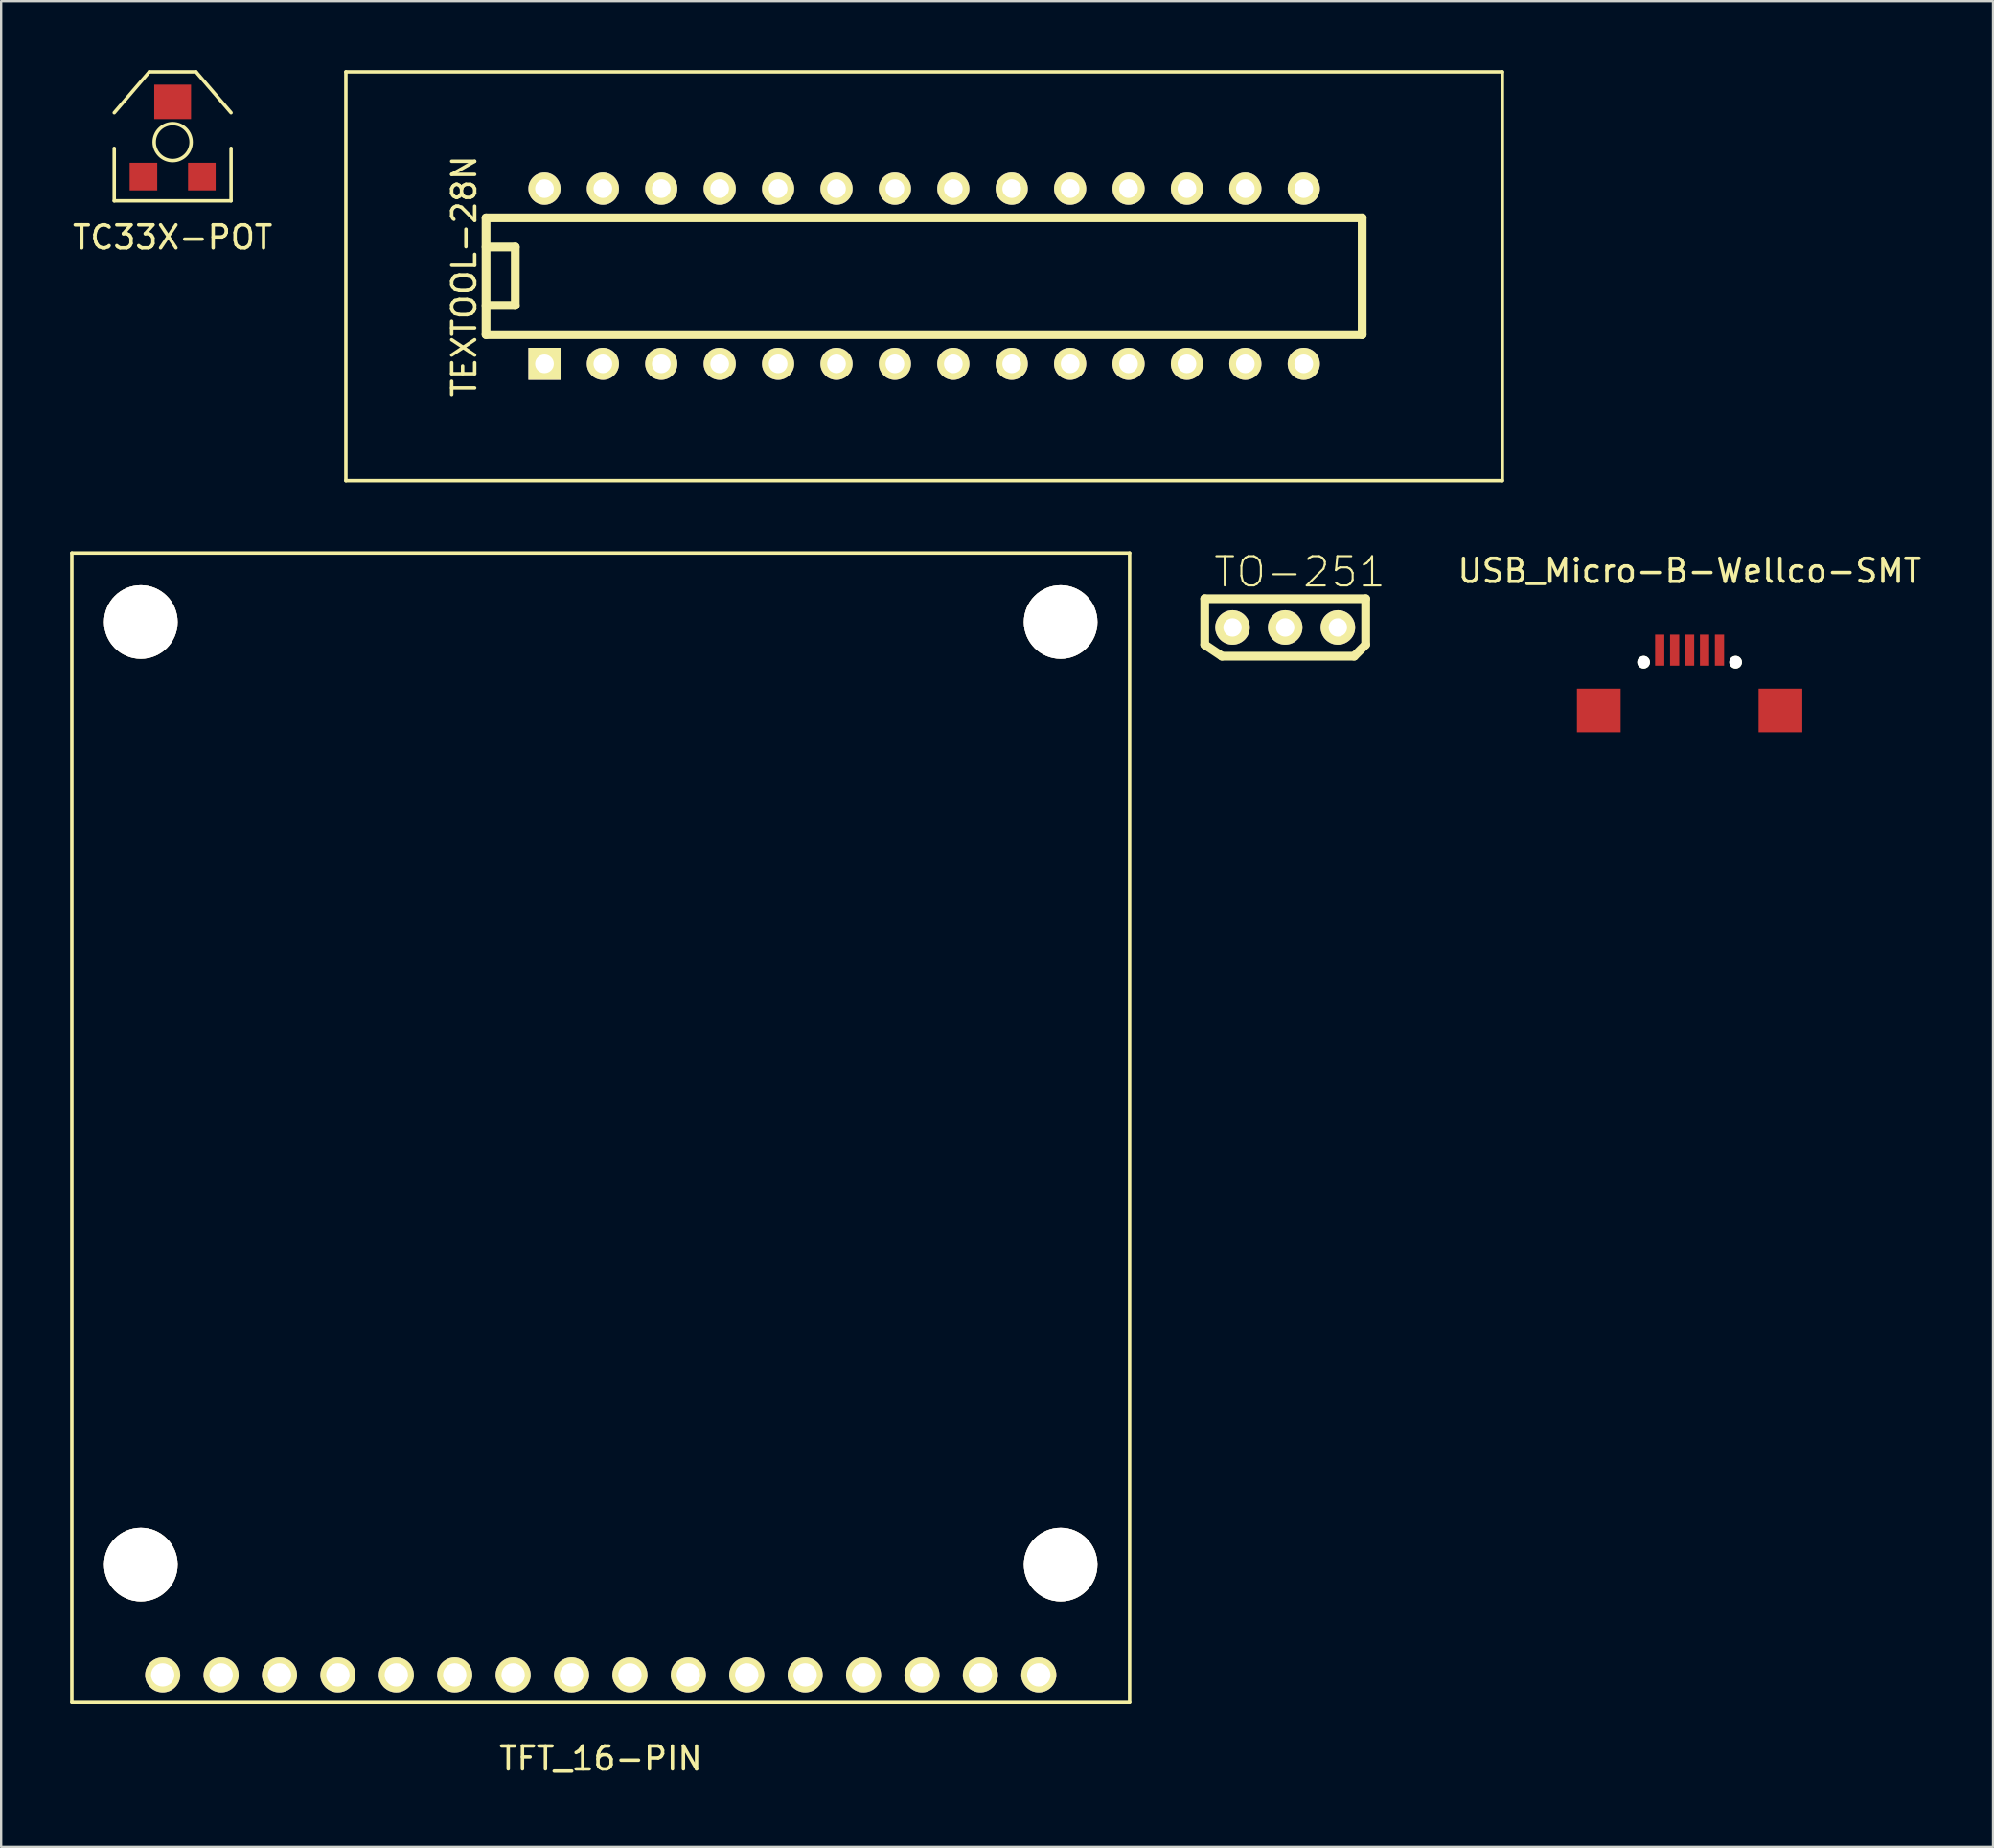
<source format=kicad_pcb>
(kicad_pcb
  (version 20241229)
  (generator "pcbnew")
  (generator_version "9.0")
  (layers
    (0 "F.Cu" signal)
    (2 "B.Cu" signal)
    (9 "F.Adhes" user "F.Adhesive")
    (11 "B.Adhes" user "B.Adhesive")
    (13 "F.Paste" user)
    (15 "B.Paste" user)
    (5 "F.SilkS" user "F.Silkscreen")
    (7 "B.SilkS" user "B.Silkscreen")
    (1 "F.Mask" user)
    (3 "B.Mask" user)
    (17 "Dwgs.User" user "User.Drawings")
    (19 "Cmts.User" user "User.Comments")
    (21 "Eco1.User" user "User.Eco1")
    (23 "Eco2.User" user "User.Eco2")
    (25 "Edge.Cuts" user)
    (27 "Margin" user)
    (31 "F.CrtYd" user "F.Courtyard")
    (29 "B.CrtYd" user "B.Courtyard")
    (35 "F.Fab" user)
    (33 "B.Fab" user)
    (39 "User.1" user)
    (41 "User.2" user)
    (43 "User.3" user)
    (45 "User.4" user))
  (footprint "USB_Micro-B-Wellco-SMT"
    (layer "F.Cu")
    (at 70.428 25.228)
    (property "Reference" "USB_Micro-B-Wellco-SMT" (at 0 -3.45 0) (layer "F.SilkS") (effects (font (size 1 1) (thickness 0.15))))
    (attr smd)
    (pad "" np_thru_hole circle (at -2 0.525 90) (size 0.55 0.55) (drill 0.55) (layers "*.Cu" "*.Mask" "F.SilkS"))
    (pad "" np_thru_hole circle (at 2 0.525 90) (size 0.55 0.55) (drill oval 0.55) (layers "*.Cu" "*.Mask" "F.SilkS"))
    (pad "1" smd rect (at -1.3 0) (size 0.4 1.35) (layers "F.Cu" "F.Mask" "F.Paste"))
    (pad "2" smd rect (at -0.65 0) (size 0.4 1.35) (layers "F.Cu" "F.Mask" "F.Paste"))
    (pad "3" smd rect (at 0 0) (size 0.4 1.35) (layers "F.Cu" "F.Mask" "F.Paste"))
    (pad "4" smd rect (at 0.65 0) (size 0.4 1.35) (layers "F.Cu" "F.Mask" "F.Paste"))
    (pad "5" smd rect (at 1.3 0) (size 0.4 1.35) (layers "F.Cu" "F.Mask" "F.Paste"))
    (pad "6" smd rect (at 3.95 2.625 90) (size 1.9 1.9) (layers "F.Cu" "F.Mask" "F.Paste"))
    (pad "7" smd rect (at -3.95 2.625 90) (size 1.9 1.9) (layers "F.Cu" "F.Mask" "F.Paste")))
  (footprint "TO-251"
    (layer "F.Cu")
    (at 52.841 24.242)
    (property "Reference" "TO-251" (at 0.635 -2.413 0) (layer "F.SilkS") (effects (font (size 1.27 1.27) (thickness 0.089))))
    (attr exclude_from_pos_files exclude_from_bom)
    (fp_line (start -3.5 -1.25) (end 3.5 -1.25) (stroke (width 0.381) (type solid)) (layer "F.SilkS"))
    (fp_line (start -3.5 0.749) (end -3.5 -1.25) (stroke (width 0.381) (type solid)) (layer "F.SilkS"))
    (fp_line (start -2.751 1.25) (end -3.5 0.749) (stroke (width 0.381) (type solid)) (layer "F.SilkS"))
    (fp_line (start 3 1.25) (end -2.751 1.25) (stroke (width 0.381) (type solid)) (layer "F.SilkS"))
    (fp_line (start 3.5 -1.25) (end 3.5 0.749) (stroke (width 0.381) (type solid)) (layer "F.SilkS"))
    (fp_line (start 3.5 0.749) (end 3 1.25) (stroke (width 0.381) (type solid)) (layer "F.SilkS"))
    (pad "D" thru_hole oval (at 0 0) (size 1.501 1.501) (drill 0.8) (layers "*.Cu" "F.Mask" "F.SilkS" "F.Paste"))
    (pad "G" thru_hole oval (at -2.291 0) (size 1.501 1.501) (drill 0.8) (layers "*.Cu" "F.Mask" "F.SilkS" "F.Paste"))
    (pad "S" thru_hole oval (at 2.291 0) (size 1.501 1.501) (drill 0.8) (layers "*.Cu" "F.Mask" "F.SilkS" "F.Paste")))
  (footprint "TEXTOOL-28N"
    (layer "F.Cu")
    (at 37.138 8.965)
    (property "Reference" "TEXTOOL-28N" (at -20 0 90) (layer "F.SilkS") (effects (font (size 1 1) (thickness 0.15))))
    (attr through_hole)
    (fp_line (start -25.146 -8.89) (end -25.146 8.89) (stroke (width 0.15) (type solid)) (layer "F.SilkS"))
    (fp_line (start -25.146 8.89) (end 25.146 8.89) (stroke (width 0.15) (type solid)) (layer "F.SilkS"))
    (fp_line (start -19.05 -2.54) (end 19.05 -2.54) (stroke (width 0.381) (type solid)) (layer "F.SilkS"))
    (fp_line (start -19.05 -1.27) (end -17.78 -1.27) (stroke (width 0.381) (type solid)) (layer "F.SilkS"))
    (fp_line (start -19.05 2.54) (end -19.05 -2.54) (stroke (width 0.381) (type solid)) (layer "F.SilkS"))
    (fp_line (start -17.78 -1.27) (end -17.78 1.27) (stroke (width 0.381) (type solid)) (layer "F.SilkS"))
    (fp_line (start -17.78 1.27) (end -19.05 1.27) (stroke (width 0.381) (type solid)) (layer "F.SilkS"))
    (fp_line (start 19.05 -2.54) (end 19.05 2.54) (stroke (width 0.381) (type solid)) (layer "F.SilkS"))
    (fp_line (start 19.05 2.54) (end -19.05 2.54) (stroke (width 0.381) (type solid)) (layer "F.SilkS"))
    (fp_line (start 25.146 -8.89) (end -25.146 -8.89) (stroke (width 0.15) (type solid)) (layer "F.SilkS"))
    (fp_line (start 25.146 -8.89) (end 25.146 8.89) (stroke (width 0.15) (type solid)) (layer "F.SilkS"))
    (pad "1" thru_hole rect (at -16.51 3.81) (size 1.397 1.397) (drill 0.813) (layers "*.Cu" "*.Mask" "F.SilkS"))
    (pad "2" thru_hole circle (at -13.97 3.81) (size 1.397 1.397) (drill 0.813) (layers "*.Cu" "*.Mask" "F.SilkS"))
    (pad "3" thru_hole circle (at -11.43 3.81) (size 1.397 1.397) (drill 0.813) (layers "*.Cu" "*.Mask" "F.SilkS"))
    (pad "4" thru_hole circle (at -8.89 3.81) (size 1.397 1.397) (drill 0.813) (layers "*.Cu" "*.Mask" "F.SilkS"))
    (pad "5" thru_hole circle (at -6.35 3.81) (size 1.397 1.397) (drill 0.813) (layers "*.Cu" "*.Mask" "F.SilkS"))
    (pad "6" thru_hole circle (at -3.81 3.81) (size 1.397 1.397) (drill 0.813) (layers "*.Cu" "*.Mask" "F.SilkS"))
    (pad "7" thru_hole circle (at -1.27 3.81) (size 1.397 1.397) (drill 0.813) (layers "*.Cu" "*.Mask" "F.SilkS"))
    (pad "8" thru_hole circle (at 1.27 3.81) (size 1.397 1.397) (drill 0.813) (layers "*.Cu" "*.Mask" "F.SilkS"))
    (pad "9" thru_hole circle (at 3.81 3.81) (size 1.397 1.397) (drill 0.813) (layers "*.Cu" "*.Mask" "F.SilkS"))
    (pad "10" thru_hole circle (at 6.35 3.81) (size 1.397 1.397) (drill 0.813) (layers "*.Cu" "*.Mask" "F.SilkS"))
    (pad "11" thru_hole circle (at 8.89 3.81) (size 1.397 1.397) (drill 0.813) (layers "*.Cu" "*.Mask" "F.SilkS"))
    (pad "12" thru_hole circle (at 11.43 3.81) (size 1.397 1.397) (drill 0.813) (layers "*.Cu" "*.Mask" "F.SilkS"))
    (pad "13" thru_hole circle (at 13.97 3.81) (size 1.397 1.397) (drill 0.813) (layers "*.Cu" "*.Mask" "F.SilkS"))
    (pad "14" thru_hole circle (at 16.51 3.81) (size 1.397 1.397) (drill 0.813) (layers "*.Cu" "*.Mask" "F.SilkS"))
    (pad "15" thru_hole circle (at 16.51 -3.81) (size 1.397 1.397) (drill 0.813) (layers "*.Cu" "*.Mask" "F.SilkS"))
    (pad "16" thru_hole circle (at 13.97 -3.81) (size 1.397 1.397) (drill 0.813) (layers "*.Cu" "*.Mask" "F.SilkS"))
    (pad "17" thru_hole circle (at 11.43 -3.81) (size 1.397 1.397) (drill 0.813) (layers "*.Cu" "*.Mask" "F.SilkS"))
    (pad "18" thru_hole circle (at 8.89 -3.81) (size 1.397 1.397) (drill 0.813) (layers "*.Cu" "*.Mask" "F.SilkS"))
    (pad "19" thru_hole circle (at 6.35 -3.81) (size 1.397 1.397) (drill 0.813) (layers "*.Cu" "*.Mask" "F.SilkS"))
    (pad "20" thru_hole circle (at 3.81 -3.81) (size 1.397 1.397) (drill 0.813) (layers "*.Cu" "*.Mask" "F.SilkS"))
    (pad "21" thru_hole circle (at 1.27 -3.81) (size 1.397 1.397) (drill 0.813) (layers "*.Cu" "*.Mask" "F.SilkS"))
    (pad "22" thru_hole circle (at -1.27 -3.81) (size 1.397 1.397) (drill 0.813) (layers "*.Cu" "*.Mask" "F.SilkS"))
    (pad "23" thru_hole circle (at -3.81 -3.81) (size 1.397 1.397) (drill 0.813) (layers "*.Cu" "*.Mask" "F.SilkS"))
    (pad "24" thru_hole circle (at -6.35 -3.81) (size 1.397 1.397) (drill 0.813) (layers "*.Cu" "*.Mask" "F.SilkS"))
    (pad "25" thru_hole circle (at -8.89 -3.81) (size 1.397 1.397) (drill 0.813) (layers "*.Cu" "*.Mask" "F.SilkS"))
    (pad "26" thru_hole circle (at -11.43 -3.81) (size 1.397 1.397) (drill 0.813) (layers "*.Cu" "*.Mask" "F.SilkS"))
    (pad "27" thru_hole circle (at -13.97 -3.81) (size 1.397 1.397) (drill 0.813) (layers "*.Cu" "*.Mask" "F.SilkS"))
    (pad "28" thru_hole circle (at -16.51 -3.81) (size 1.397 1.397) (drill 0.813) (layers "*.Cu" "*.Mask" "F.SilkS")))
  (footprint "TFT_16-PIN"
    (layer "F.Cu")
    (at 23.075 46.005)
    (property "Reference" "TFT_16-PIN" (at 0 27.432 0) (layer "F.SilkS") (effects (font (size 1 1) (thickness 0.15))))
    (attr through_hole)
    (fp_line (start -23 -25) (end 23 -25) (stroke (width 0.15) (type solid)) (layer "F.SilkS"))
    (fp_line (start -23 25) (end -23 -25) (stroke (width 0.15) (type solid)) (layer "F.SilkS"))
    (fp_line (start 23 -25) (end 23 25) (stroke (width 0.15) (type solid)) (layer "F.SilkS"))
    (fp_line (start 23 25) (end -23 25) (stroke (width 0.15) (type solid)) (layer "F.SilkS"))
    (pad "1" thru_hole circle (at -19.05 23.8) (size 1.524 1.524) (drill 1.016) (layers "*.Cu" "*.Mask" "F.SilkS"))
    (pad "2" thru_hole circle (at -16.51 23.8) (size 1.524 1.524) (drill 1.016) (layers "*.Cu" "*.Mask" "F.SilkS"))
    (pad "3" thru_hole circle (at -13.97 23.8) (size 1.524 1.524) (drill 1.016) (layers "*.Cu" "*.Mask" "F.SilkS"))
    (pad "4" thru_hole circle (at -11.43 23.8) (size 1.524 1.524) (drill 1.016) (layers "*.Cu" "*.Mask" "F.SilkS"))
    (pad "5" thru_hole circle (at -8.89 23.8) (size 1.524 1.524) (drill 1.016) (layers "*.Cu" "*.Mask" "F.SilkS"))
    (pad "6" thru_hole circle (at -6.35 23.8) (size 1.524 1.524) (drill 1.016) (layers "*.Cu" "*.Mask" "F.SilkS"))
    (pad "7" thru_hole circle (at -3.81 23.8) (size 1.524 1.524) (drill 1.016) (layers "*.Cu" "*.Mask" "F.SilkS"))
    (pad "8" thru_hole circle (at -1.27 23.8) (size 1.524 1.524) (drill 1.016) (layers "*.Cu" "*.Mask" "F.SilkS"))
    (pad "9" thru_hole circle (at 1.27 23.8) (size 1.524 1.524) (drill 1.016) (layers "*.Cu" "*.Mask" "F.SilkS"))
    (pad "10" thru_hole circle (at 3.81 23.8) (size 1.524 1.524) (drill 1.016) (layers "*.Cu" "*.Mask" "F.SilkS"))
    (pad "11" thru_hole circle (at 6.35 23.8) (size 1.524 1.524) (drill 1.016) (layers "*.Cu" "*.Mask" "F.SilkS"))
    (pad "12" thru_hole circle (at 8.89 23.8) (size 1.524 1.524) (drill 1.016) (layers "*.Cu" "*.Mask" "F.SilkS"))
    (pad "13" thru_hole circle (at 11.43 23.8) (size 1.524 1.524) (drill 1.016) (layers "*.Cu" "*.Mask" "F.SilkS"))
    (pad "14" thru_hole circle (at 13.97 23.8) (size 1.524 1.524) (drill 1.016) (layers "*.Cu" "*.Mask" "F.SilkS"))
    (pad "15" thru_hole circle (at 16.51 23.8) (size 1.524 1.524) (drill 1.016) (layers "*.Cu" "*.Mask" "F.SilkS"))
    (pad "16" thru_hole circle (at 19.05 23.8) (size 1.524 1.524) (drill 1.016) (layers "*.Cu" "*.Mask" "F.SilkS"))
    (pad "17" thru_hole circle (at -20 19) (size 3.2 3.2) (drill 3.2) (layers "*.Cu" "*.Mask" "F.SilkS"))
    (pad "18" thru_hole circle (at 20 19) (size 3.2 3.2) (drill 3.2) (layers "*.Cu" "*.Mask" "F.SilkS"))
    (pad "19" thru_hole circle (at -20 -22) (size 3.2 3.2) (drill 3.2) (layers "*.Cu" "*.Mask" "F.SilkS"))
    (pad "20" thru_hole circle (at 20 -22) (size 3.2 3.2) (drill 3.2) (layers "*.Cu" "*.Mask" "F.SilkS")))
  (footprint "TC33X-POT"
    (layer "F.Cu")
    (at 4.458 2.831)
    (property "Reference" "TC33X-POT" (at 0 4.445 0) (layer "F.SilkS") (effects (font (size 1 1) (thickness 0.15))))
    (attr smd)
    (fp_line (start -2.54 -0.978) (end -1.016 -2.756) (stroke (width 0.15) (type solid)) (layer "F.SilkS"))
    (fp_line (start -2.54 0.57) (end -2.54 2.856) (stroke (width 0.15) (type solid)) (layer "F.SilkS"))
    (fp_line (start -2.54 2.856) (end 2.54 2.856) (stroke (width 0.15) (type solid)) (layer "F.SilkS"))
    (fp_line (start -1.016 -2.756) (end 1.016 -2.756) (stroke (width 0.15) (type solid)) (layer "F.SilkS"))
    (fp_line (start 1.016 -2.756) (end 2.54 -0.978) (stroke (width 0.15) (type solid)) (layer "F.SilkS"))
    (fp_line (start 2.54 2.856) (end 2.54 0.57) (stroke (width 0.15) (type solid)) (layer "F.SilkS"))
    (fp_circle (center 0 0.3) (end 0.254 -0.462) (stroke (width 0.15) (type solid)) (fill no) (layer "F.SilkS"))
    (pad "1" smd rect (at -1.27 1.8) (size 1.2 1.2) (layers "F.Cu" "F.Mask" "F.Paste"))
    (pad "2" smd rect (at 0 -1.45) (size 1.6 1.5) (layers "F.Cu" "F.Mask" "F.Paste"))
    (pad "3" smd rect (at 1.27 1.8) (size 1.2 1.2) (layers "F.Cu" "F.Mask" "F.Paste")))
  (gr_rect
    (start -3 -3)
    (end 83.624 77.285)
    (stroke (width 0.1) (type default))
    (fill no)
    (layer "Edge.Cuts")))
</source>
